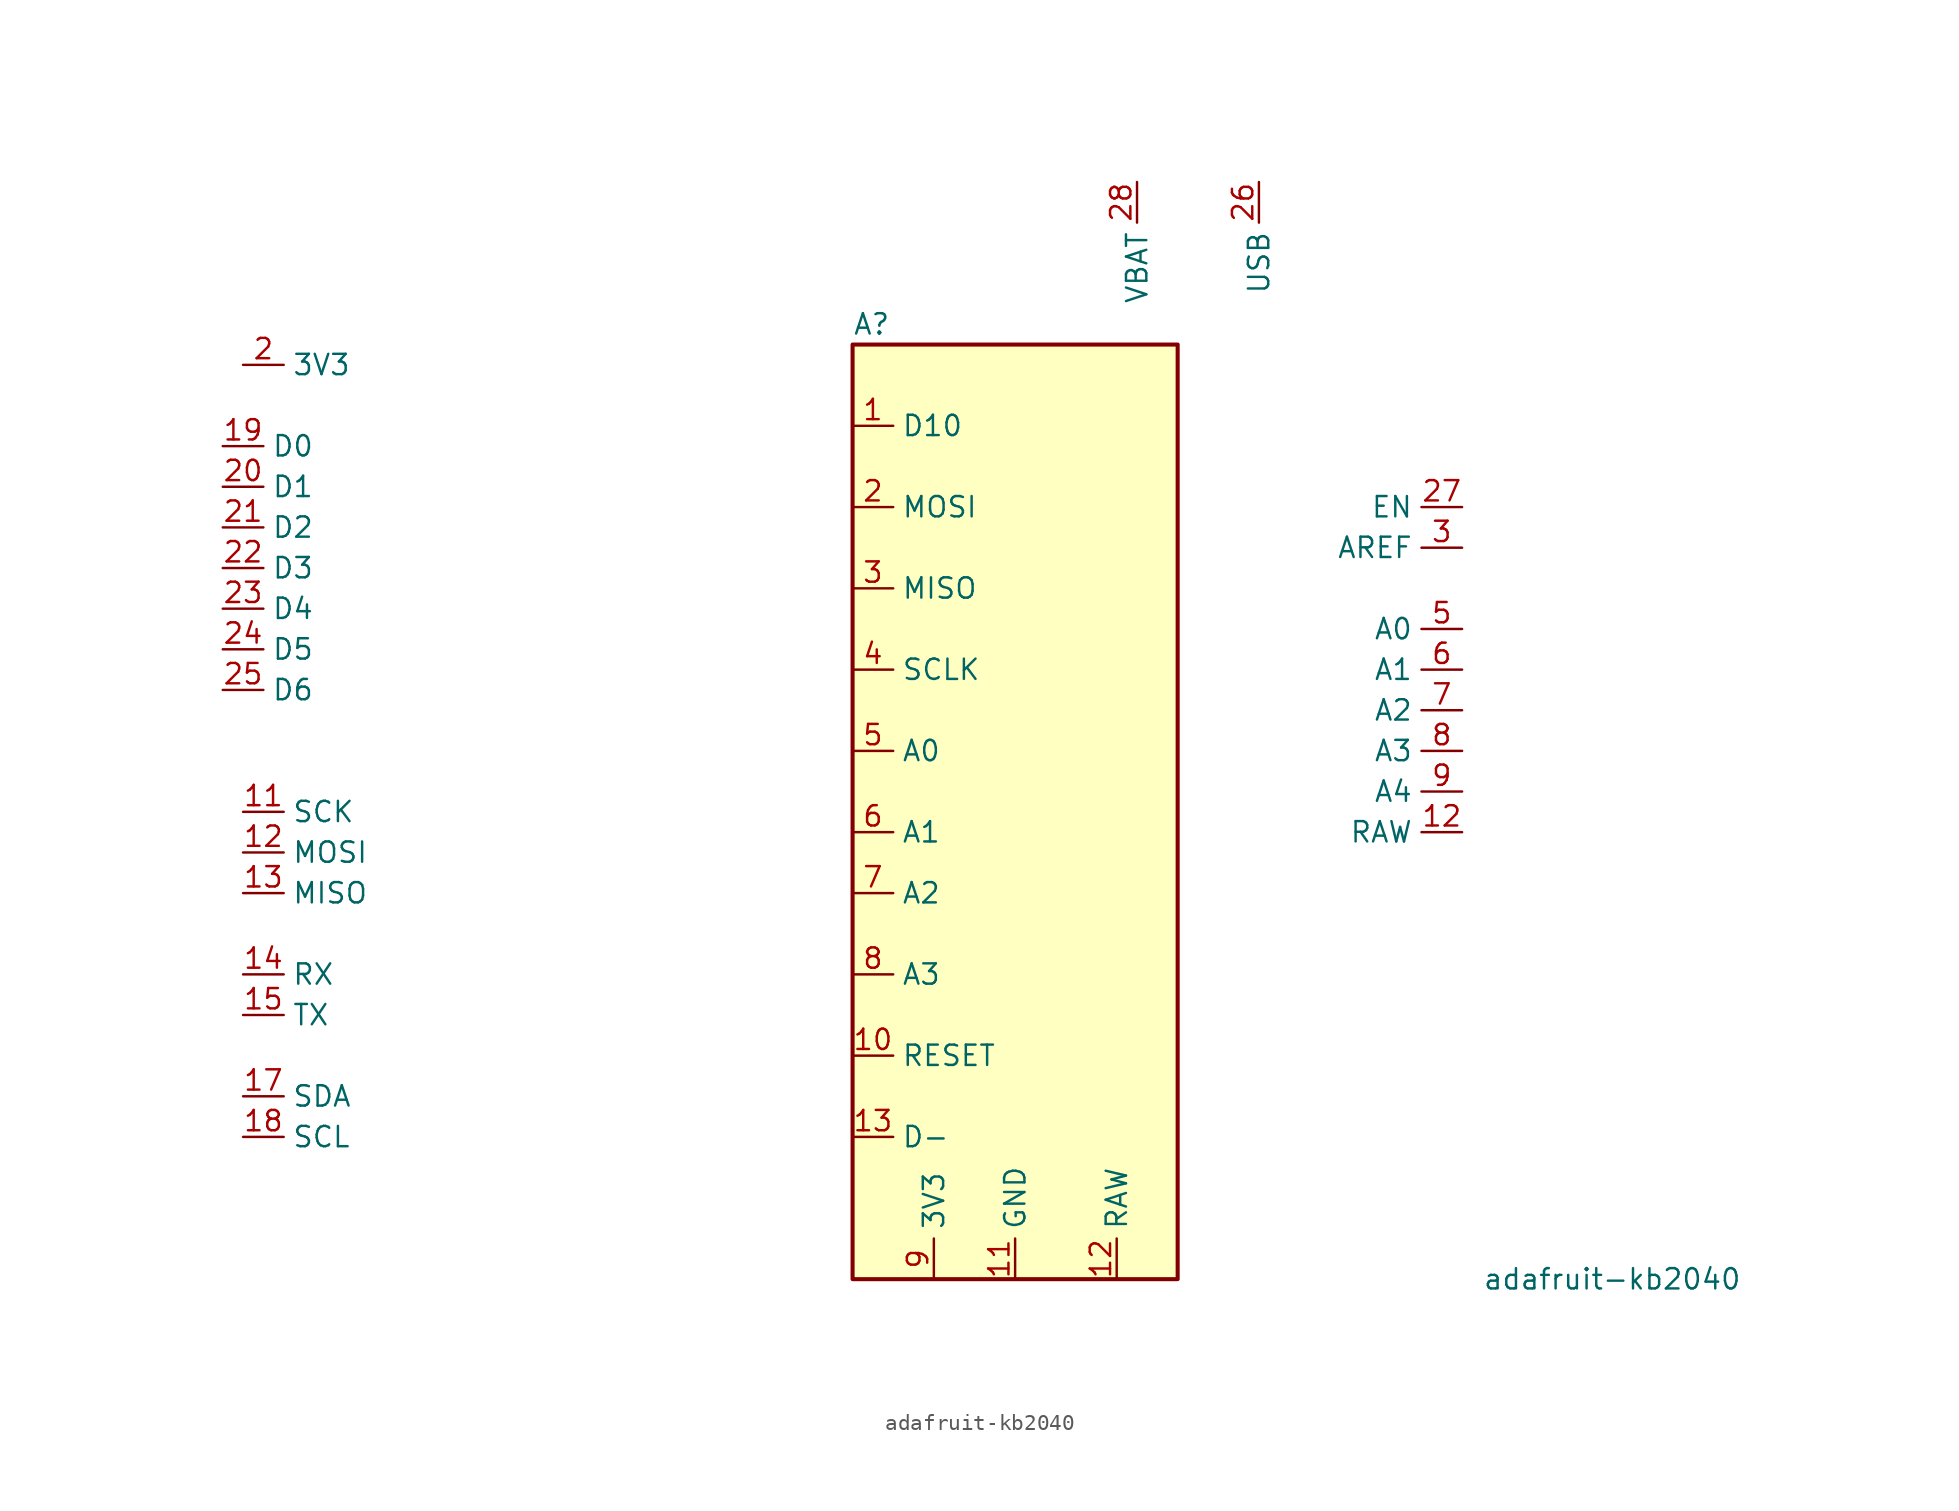
<source format=kicad_sym>
(kicad_symbol_lib
  (version 20231120)
  (generator "kicad_symbol_editor")
  (generator_version "8.0")
  (symbol "adafruit-kb2040"
    (property "Reference" "A"
      (at -10.16 29.21 0)
      (effects (font (size 1.27 1.27)) (justify left)))
    (property "Value" "adafruit-kb2040"
      (at 29.21 -30.48 0)
      (effects (font (size 1.27 1.27)) (justify left)))
    (symbol "adafruit-kb2040_0_1"
      (rectangle (start -10.16 27.94) (end 10.16 -30.48) (stroke (width 0.254) (type default)) (fill (type background))))
    (symbol "adafruit-kb2040_1_1"
      (pin bidirectional line (at -10.16 22.86 0) (length 2.54) (name "D10" (effects (font (size 1.27 1.27)))) (number "1" (effects (font (size 1.27 1.27)))))
      (pin input line (at -10.16 -16.51 0) (length 2.54) (name "RESET" (effects (font (size 1.27 1.27)))) (number "10" (effects (font (size 1.27 1.27)))))
      (pin power_in line (at 0 -30.48 90) (length 2.54) (name "GND" (effects (font (size 1.27 1.27)))) (number "11" (effects (font (size 1.27 1.27)))))
      (pin bidirectional line (at -48.26 -1.27 0) (length 2.54) (name "SCK" (effects (font (size 1.27 1.27)))) (number "11" (effects (font (size 1.27 1.27)))))
      (pin bidirectional line (at -48.26 -3.81 0) (length 2.54) (name "MOSI" (effects (font (size 1.27 1.27)))) (number "12" (effects (font (size 1.27 1.27)))))
      (pin power_out line (at 6.35 -30.48 90) (length 2.54) (name "RAW" (effects (font (size 1.27 1.27)))) (number "12" (effects (font (size 1.27 1.27)))))
      (pin input line (at 27.94 -2.54 180) (length 2.54) (name "RAW" (effects (font (size 1.27 1.27)))) (number "12" (effects (font (size 1.27 1.27)))))
      (pin bidirectional line (at -10.16 -21.59 0) (length 2.54) (name "D-" (effects (font (size 1.27 1.27)))) (number "13" (effects (font (size 1.27 1.27)))))
      (pin bidirectional line (at -48.26 -6.35 0) (length 2.54) (name "MISO" (effects (font (size 1.27 1.27)))) (number "13" (effects (font (size 1.27 1.27)))))
      (pin bidirectional line (at -48.26 -11.43 0) (length 2.54) (name "RX" (effects (font (size 1.27 1.27)))) (number "14" (effects (font (size 1.27 1.27)))))
      (pin bidirectional line (at -48.26 -13.97 0) (length 2.54) (name "TX" (effects (font (size 1.27 1.27)))) (number "15" (effects (font (size 1.27 1.27)))))
      (pin bidirectional line (at -48.26 -19.05 0) (length 2.54) (name "SDA" (effects (font (size 1.27 1.27)))) (number "17" (effects (font (size 1.27 1.27)))))
      (pin bidirectional line (at -48.26 -21.59 0) (length 2.54) (name "SCL" (effects (font (size 1.27 1.27)))) (number "18" (effects (font (size 1.27 1.27)))))
      (pin bidirectional line (at -49.53 21.59 0) (length 2.54) (name "D0" (effects (font (size 1.27 1.27)))) (number "19" (effects (font (size 1.27 1.27)))))
      (pin power_in line (at -48.26 26.67 0) (length 2.54) (name "3V3" (effects (font (size 1.27 1.27)))) (number "2" (effects (font (size 1.27 1.27)))))
      (pin bidirectional line (at -10.16 17.78 0) (length 2.54) (name "MOSI" (effects (font (size 1.27 1.27)))) (number "2" (effects (font (size 1.27 1.27)))))
      (pin bidirectional line (at -49.53 19.05 0) (length 2.54) (name "D1" (effects (font (size 1.27 1.27)))) (number "20" (effects (font (size 1.27 1.27)))))
      (pin bidirectional line (at -49.53 16.51 0) (length 2.54) (name "D2" (effects (font (size 1.27 1.27)))) (number "21" (effects (font (size 1.27 1.27)))))
      (pin bidirectional line (at -49.53 13.97 0) (length 2.54) (name "D3" (effects (font (size 1.27 1.27)))) (number "22" (effects (font (size 1.27 1.27)))))
      (pin bidirectional line (at -49.53 11.43 0) (length 2.54) (name "D4" (effects (font (size 1.27 1.27)))) (number "23" (effects (font (size 1.27 1.27)))))
      (pin bidirectional line (at -49.53 8.89 0) (length 2.54) (name "D5" (effects (font (size 1.27 1.27)))) (number "24" (effects (font (size 1.27 1.27)))))
      (pin bidirectional line (at -49.53 6.35 0) (length 2.54) (name "D6" (effects (font (size 1.27 1.27)))) (number "25" (effects (font (size 1.27 1.27)))))
      (pin power_in line (at 15.24 38.1 270) (length 2.54) (name "USB" (effects (font (size 1.27 1.27)))) (number "26" (effects (font (size 1.27 1.27)))))
      (pin input line (at 27.94 17.78 180) (length 2.54) (name "EN" (effects (font (size 1.27 1.27)))) (number "27" (effects (font (size 1.27 1.27)))))
      (pin power_in line (at 7.62 38.1 270) (length 2.54) (name "VBAT" (effects (font (size 1.27 1.27)))) (number "28" (effects (font (size 1.27 1.27)))))
      (pin input line (at 27.94 15.24 180) (length 2.54) (name "AREF" (effects (font (size 1.27 1.27)))) (number "3" (effects (font (size 1.27 1.27)))))
      (pin bidirectional line (at -10.16 12.7 0) (length 2.54) (name "MISO" (effects (font (size 1.27 1.27)))) (number "3" (effects (font (size 1.27 1.27)))))
      (pin bidirectional line (at -10.16 7.62 0) (length 2.54) (name "SCLK" (effects (font (size 1.27 1.27)))) (number "4" (effects (font (size 1.27 1.27)))))
      (pin bidirectional line (at -10.16 2.54 0) (length 2.54) (name "A0" (effects (font (size 1.27 1.27)))) (number "5" (effects (font (size 1.27 1.27)))))
      (pin bidirectional line (at 27.94 10.16 180) (length 2.54) (name "A0" (effects (font (size 1.27 1.27)))) (number "5" (effects (font (size 1.27 1.27)))))
      (pin bidirectional line (at -10.16 -2.54 0) (length 2.54) (name "A1" (effects (font (size 1.27 1.27)))) (number "6" (effects (font (size 1.27 1.27)))))
      (pin bidirectional line (at 27.94 7.62 180) (length 2.54) (name "A1" (effects (font (size 1.27 1.27)))) (number "6" (effects (font (size 1.27 1.27)))))
      (pin bidirectional line (at -10.16 -6.35 0) (length 2.54) (name "A2" (effects (font (size 1.27 1.27)))) (number "7" (effects (font (size 1.27 1.27)))))
      (pin bidirectional line (at 27.94 5.08 180) (length 2.54) (name "A2" (effects (font (size 1.27 1.27)))) (number "7" (effects (font (size 1.27 1.27)))))
      (pin bidirectional line (at -10.16 -11.43 0) (length 2.54) (name "A3" (effects (font (size 1.27 1.27)))) (number "8" (effects (font (size 1.27 1.27)))))
      (pin bidirectional line (at 27.94 2.54 180) (length 2.54) (name "A3" (effects (font (size 1.27 1.27)))) (number "8" (effects (font (size 1.27 1.27)))))
      (pin power_in line (at -5.08 -30.48 90) (length 2.54) (name "3V3" (effects (font (size 1.27 1.27)))) (number "9" (effects (font (size 1.27 1.27)))))
      (pin bidirectional line (at 27.94 0 180) (length 2.54) (name "A4" (effects (font (size 1.27 1.27)))) (number "9" (effects (font (size 1.27 1.27))))))))
</source>
